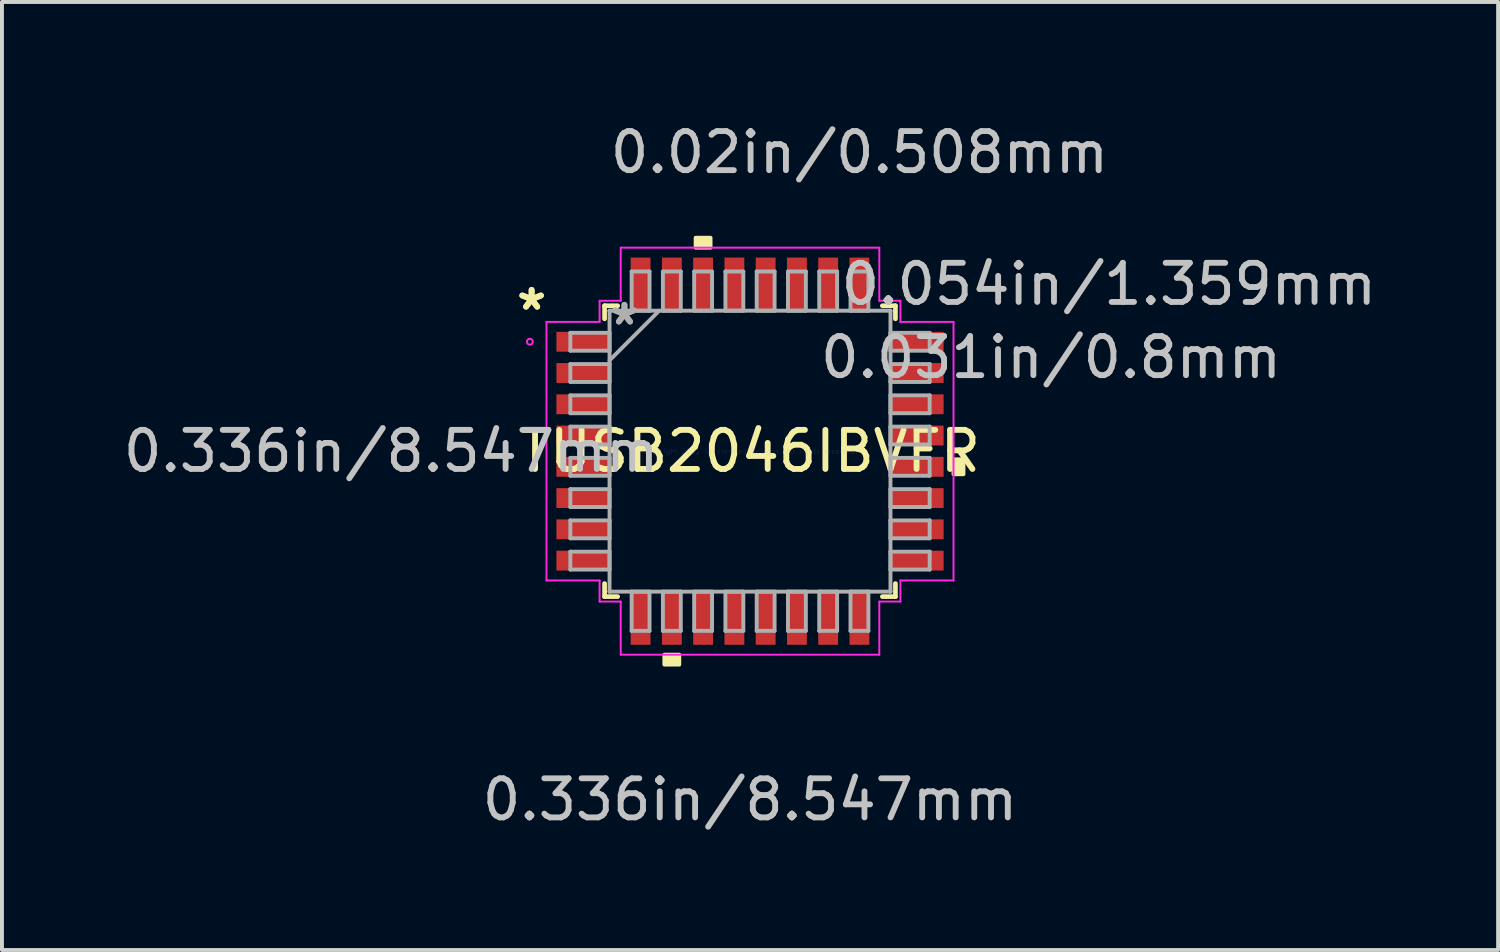
<source format=kicad_pcb>
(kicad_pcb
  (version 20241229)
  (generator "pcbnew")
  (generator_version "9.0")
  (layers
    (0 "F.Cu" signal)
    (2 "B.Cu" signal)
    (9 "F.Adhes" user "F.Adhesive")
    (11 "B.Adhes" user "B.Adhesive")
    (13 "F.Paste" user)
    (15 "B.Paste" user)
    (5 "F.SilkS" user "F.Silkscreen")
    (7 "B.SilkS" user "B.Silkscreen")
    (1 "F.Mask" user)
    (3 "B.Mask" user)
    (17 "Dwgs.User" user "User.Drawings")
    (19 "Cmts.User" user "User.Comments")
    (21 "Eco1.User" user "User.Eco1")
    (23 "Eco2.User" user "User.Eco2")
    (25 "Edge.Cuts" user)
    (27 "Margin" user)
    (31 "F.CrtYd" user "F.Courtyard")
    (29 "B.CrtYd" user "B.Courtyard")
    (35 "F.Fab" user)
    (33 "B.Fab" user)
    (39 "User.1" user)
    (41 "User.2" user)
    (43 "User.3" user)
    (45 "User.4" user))
  (footprint "TUSB2046IBVFR"
    (layer "F.Cu")
    (at 16.14 8.494)
    (property "Reference" "TUSB2046IBVFR" (at 0 0 0) (layer "F.SilkS") (effects (font (size 1 1) (thickness 0.15))))
    (attr through_hole)
    (fp_line (start -3.721 -3.721) (end -3.721 -3.387) (stroke (width 0.12) (type solid)) (layer "F.SilkS"))
    (fp_line (start -3.721 3.387) (end -3.721 3.721) (stroke (width 0.12) (type solid)) (layer "F.SilkS"))
    (fp_line (start -3.721 3.721) (end -3.387 3.721) (stroke (width 0.12) (type solid)) (layer "F.SilkS"))
    (fp_line (start -3.387 -3.721) (end -3.721 -3.721) (stroke (width 0.12) (type solid)) (layer "F.SilkS"))
    (fp_line (start 3.387 3.721) (end 3.721 3.721) (stroke (width 0.12) (type solid)) (layer "F.SilkS"))
    (fp_line (start 3.721 -3.721) (end 3.387 -3.721) (stroke (width 0.12) (type solid)) (layer "F.SilkS"))
    (fp_line (start 3.721 -3.387) (end 3.721 -3.721) (stroke (width 0.12) (type solid)) (layer "F.SilkS"))
    (fp_line (start 3.721 3.721) (end 3.721 3.387) (stroke (width 0.12) (type solid)) (layer "F.SilkS"))
    (fp_poly (pts (xy -2.191 5.207) (xy -2.191 5.461) (xy -1.81 5.461) (xy -1.81 5.207)) (stroke (width 0.1) (type solid)) (fill yes) (layer "F.SilkS"))
    (fp_poly (pts (xy -1.391 -5.207) (xy -1.391 -5.461) (xy -1.01 -5.461) (xy -1.01 -5.207)) (stroke (width 0.1) (type solid)) (fill yes) (layer "F.SilkS"))
    (fp_poly (pts (xy 5.461 0.209) (xy 5.461 0.59) (xy 5.207 0.59) (xy 5.207 0.209)) (stroke (width 0.1) (type solid)) (fill yes) (layer "F.SilkS"))
    (fp_line (start -5.207 -3.308) (end -3.848 -3.308) (stroke (width 0.05) (type solid)) (layer "F.CrtYd"))
    (fp_line (start -5.207 3.308) (end -5.207 -3.308) (stroke (width 0.05) (type solid)) (layer "F.CrtYd"))
    (fp_line (start -3.848 -3.848) (end -3.308 -3.848) (stroke (width 0.05) (type solid)) (layer "F.CrtYd"))
    (fp_line (start -3.848 -3.308) (end -3.848 -3.848) (stroke (width 0.05) (type solid)) (layer "F.CrtYd"))
    (fp_line (start -3.848 3.308) (end -5.207 3.308) (stroke (width 0.05) (type solid)) (layer "F.CrtYd"))
    (fp_line (start -3.848 3.848) (end -3.848 3.308) (stroke (width 0.05) (type solid)) (layer "F.CrtYd"))
    (fp_line (start -3.308 -5.207) (end 3.308 -5.207) (stroke (width 0.05) (type solid)) (layer "F.CrtYd"))
    (fp_line (start -3.308 -3.848) (end -3.308 -5.207) (stroke (width 0.05) (type solid)) (layer "F.CrtYd"))
    (fp_line (start -3.308 3.848) (end -3.848 3.848) (stroke (width 0.05) (type solid)) (layer "F.CrtYd"))
    (fp_line (start -3.308 5.207) (end -3.308 3.848) (stroke (width 0.05) (type solid)) (layer "F.CrtYd"))
    (fp_line (start 3.308 -5.207) (end 3.308 -3.848) (stroke (width 0.05) (type solid)) (layer "F.CrtYd"))
    (fp_line (start 3.308 -3.848) (end 3.848 -3.848) (stroke (width 0.05) (type solid)) (layer "F.CrtYd"))
    (fp_line (start 3.308 3.848) (end 3.308 5.207) (stroke (width 0.05) (type solid)) (layer "F.CrtYd"))
    (fp_line (start 3.308 5.207) (end -3.308 5.207) (stroke (width 0.05) (type solid)) (layer "F.CrtYd"))
    (fp_line (start 3.848 -3.848) (end 3.848 -3.308) (stroke (width 0.05) (type solid)) (layer "F.CrtYd"))
    (fp_line (start 3.848 -3.308) (end 5.207 -3.308) (stroke (width 0.05) (type solid)) (layer "F.CrtYd"))
    (fp_line (start 3.848 3.308) (end 3.848 3.848) (stroke (width 0.05) (type solid)) (layer "F.CrtYd"))
    (fp_line (start 3.848 3.848) (end 3.308 3.848) (stroke (width 0.05) (type solid)) (layer "F.CrtYd"))
    (fp_line (start 5.207 -3.308) (end 5.207 3.308) (stroke (width 0.05) (type solid)) (layer "F.CrtYd"))
    (fp_line (start 5.207 3.308) (end 3.848 3.308) (stroke (width 0.05) (type solid)) (layer "F.CrtYd"))
    (fp_circle (center -5.632 -2.8) (end -5.556 -2.8) (stroke (width 0.05) (type solid)) (fill no) (layer "F.CrtYd"))
    (fp_line (start -4.597 -3.029) (end -4.597 -2.571) (stroke (width 0.1) (type solid)) (layer "F.Fab"))
    (fp_line (start -4.597 -2.571) (end -3.594 -2.571) (stroke (width 0.1) (type solid)) (layer "F.Fab"))
    (fp_line (start -4.597 -2.229) (end -4.597 -1.771) (stroke (width 0.1) (type solid)) (layer "F.Fab"))
    (fp_line (start -4.597 -1.771) (end -3.594 -1.771) (stroke (width 0.1) (type solid)) (layer "F.Fab"))
    (fp_line (start -4.597 -1.429) (end -4.597 -0.971) (stroke (width 0.1) (type solid)) (layer "F.Fab"))
    (fp_line (start -4.597 -0.971) (end -3.594 -0.971) (stroke (width 0.1) (type solid)) (layer "F.Fab"))
    (fp_line (start -4.597 -0.629) (end -4.597 -0.171) (stroke (width 0.1) (type solid)) (layer "F.Fab"))
    (fp_line (start -4.597 -0.171) (end -3.594 -0.171) (stroke (width 0.1) (type solid)) (layer "F.Fab"))
    (fp_line (start -4.597 0.171) (end -4.597 0.629) (stroke (width 0.1) (type solid)) (layer "F.Fab"))
    (fp_line (start -4.597 0.629) (end -3.594 0.629) (stroke (width 0.1) (type solid)) (layer "F.Fab"))
    (fp_line (start -4.597 0.971) (end -4.597 1.429) (stroke (width 0.1) (type solid)) (layer "F.Fab"))
    (fp_line (start -4.597 1.429) (end -3.594 1.429) (stroke (width 0.1) (type solid)) (layer "F.Fab"))
    (fp_line (start -4.597 1.771) (end -4.597 2.229) (stroke (width 0.1) (type solid)) (layer "F.Fab"))
    (fp_line (start -4.597 2.229) (end -3.594 2.229) (stroke (width 0.1) (type solid)) (layer "F.Fab"))
    (fp_line (start -4.597 2.571) (end -4.597 3.029) (stroke (width 0.1) (type solid)) (layer "F.Fab"))
    (fp_line (start -4.597 3.029) (end -3.594 3.029) (stroke (width 0.1) (type solid)) (layer "F.Fab"))
    (fp_line (start -3.594 -3.594) (end -3.594 -3.594) (stroke (width 0.1) (type solid)) (layer "F.Fab"))
    (fp_line (start -3.594 -3.594) (end -3.594 3.594) (stroke (width 0.1) (type solid)) (layer "F.Fab"))
    (fp_line (start -3.594 -3.029) (end -4.597 -3.029) (stroke (width 0.1) (type solid)) (layer "F.Fab"))
    (fp_line (start -3.594 -2.571) (end -3.594 -3.029) (stroke (width 0.1) (type solid)) (layer "F.Fab"))
    (fp_line (start -3.594 -2.324) (end -2.324 -3.594) (stroke (width 0.1) (type solid)) (layer "F.Fab"))
    (fp_line (start -3.594 -2.229) (end -4.597 -2.229) (stroke (width 0.1) (type solid)) (layer "F.Fab"))
    (fp_line (start -3.594 -1.771) (end -3.594 -2.229) (stroke (width 0.1) (type solid)) (layer "F.Fab"))
    (fp_line (start -3.594 -1.429) (end -4.597 -1.429) (stroke (width 0.1) (type solid)) (layer "F.Fab"))
    (fp_line (start -3.594 -0.971) (end -3.594 -1.429) (stroke (width 0.1) (type solid)) (layer "F.Fab"))
    (fp_line (start -3.594 -0.629) (end -4.597 -0.629) (stroke (width 0.1) (type solid)) (layer "F.Fab"))
    (fp_line (start -3.594 -0.171) (end -3.594 -0.629) (stroke (width 0.1) (type solid)) (layer "F.Fab"))
    (fp_line (start -3.594 0.171) (end -4.597 0.171) (stroke (width 0.1) (type solid)) (layer "F.Fab"))
    (fp_line (start -3.594 0.629) (end -3.594 0.171) (stroke (width 0.1) (type solid)) (layer "F.Fab"))
    (fp_line (start -3.594 0.971) (end -4.597 0.971) (stroke (width 0.1) (type solid)) (layer "F.Fab"))
    (fp_line (start -3.594 1.429) (end -3.594 0.971) (stroke (width 0.1) (type solid)) (layer "F.Fab"))
    (fp_line (start -3.594 1.771) (end -4.597 1.771) (stroke (width 0.1) (type solid)) (layer "F.Fab"))
    (fp_line (start -3.594 2.229) (end -3.594 1.771) (stroke (width 0.1) (type solid)) (layer "F.Fab"))
    (fp_line (start -3.594 2.571) (end -4.597 2.571) (stroke (width 0.1) (type solid)) (layer "F.Fab"))
    (fp_line (start -3.594 3.029) (end -3.594 2.571) (stroke (width 0.1) (type solid)) (layer "F.Fab"))
    (fp_line (start -3.594 3.594) (end -3.594 3.594) (stroke (width 0.1) (type solid)) (layer "F.Fab"))
    (fp_line (start -3.594 3.594) (end 3.594 3.594) (stroke (width 0.1) (type solid)) (layer "F.Fab"))
    (fp_line (start -3.029 -4.597) (end -3.029 -3.594) (stroke (width 0.1) (type solid)) (layer "F.Fab"))
    (fp_line (start -3.029 -3.594) (end -2.571 -3.594) (stroke (width 0.1) (type solid)) (layer "F.Fab"))
    (fp_line (start -3.029 3.594) (end -3.029 4.597) (stroke (width 0.1) (type solid)) (layer "F.Fab"))
    (fp_line (start -3.029 4.597) (end -2.571 4.597) (stroke (width 0.1) (type solid)) (layer "F.Fab"))
    (fp_line (start -2.571 -4.597) (end -3.029 -4.597) (stroke (width 0.1) (type solid)) (layer "F.Fab"))
    (fp_line (start -2.571 -3.594) (end -2.571 -4.597) (stroke (width 0.1) (type solid)) (layer "F.Fab"))
    (fp_line (start -2.571 3.594) (end -3.029 3.594) (stroke (width 0.1) (type solid)) (layer "F.Fab"))
    (fp_line (start -2.571 4.597) (end -2.571 3.594) (stroke (width 0.1) (type solid)) (layer "F.Fab"))
    (fp_line (start -2.229 -4.597) (end -2.229 -3.594) (stroke (width 0.1) (type solid)) (layer "F.Fab"))
    (fp_line (start -2.229 -3.594) (end -1.771 -3.594) (stroke (width 0.1) (type solid)) (layer "F.Fab"))
    (fp_line (start -2.229 3.594) (end -2.229 4.597) (stroke (width 0.1) (type solid)) (layer "F.Fab"))
    (fp_line (start -2.229 4.597) (end -1.771 4.597) (stroke (width 0.1) (type solid)) (layer "F.Fab"))
    (fp_line (start -1.771 -4.597) (end -2.229 -4.597) (stroke (width 0.1) (type solid)) (layer "F.Fab"))
    (fp_line (start -1.771 -3.594) (end -1.771 -4.597) (stroke (width 0.1) (type solid)) (layer "F.Fab"))
    (fp_line (start -1.771 3.594) (end -2.229 3.594) (stroke (width 0.1) (type solid)) (layer "F.Fab"))
    (fp_line (start -1.771 4.597) (end -1.771 3.594) (stroke (width 0.1) (type solid)) (layer "F.Fab"))
    (fp_line (start -1.429 -4.597) (end -1.429 -3.594) (stroke (width 0.1) (type solid)) (layer "F.Fab"))
    (fp_line (start -1.429 -3.594) (end -0.971 -3.594) (stroke (width 0.1) (type solid)) (layer "F.Fab"))
    (fp_line (start -1.429 3.594) (end -1.429 4.597) (stroke (width 0.1) (type solid)) (layer "F.Fab"))
    (fp_line (start -1.429 4.597) (end -0.971 4.597) (stroke (width 0.1) (type solid)) (layer "F.Fab"))
    (fp_line (start -0.971 -4.597) (end -1.429 -4.597) (stroke (width 0.1) (type solid)) (layer "F.Fab"))
    (fp_line (start -0.971 -3.594) (end -0.971 -4.597) (stroke (width 0.1) (type solid)) (layer "F.Fab"))
    (fp_line (start -0.971 3.594) (end -1.429 3.594) (stroke (width 0.1) (type solid)) (layer "F.Fab"))
    (fp_line (start -0.971 4.597) (end -0.971 3.594) (stroke (width 0.1) (type solid)) (layer "F.Fab"))
    (fp_line (start -0.629 -4.597) (end -0.629 -3.594) (stroke (width 0.1) (type solid)) (layer "F.Fab"))
    (fp_line (start -0.629 -3.594) (end -0.171 -3.594) (stroke (width 0.1) (type solid)) (layer "F.Fab"))
    (fp_line (start -0.629 3.594) (end -0.629 4.597) (stroke (width 0.1) (type solid)) (layer "F.Fab"))
    (fp_line (start -0.629 4.597) (end -0.171 4.597) (stroke (width 0.1) (type solid)) (layer "F.Fab"))
    (fp_line (start -0.171 -4.597) (end -0.629 -4.597) (stroke (width 0.1) (type solid)) (layer "F.Fab"))
    (fp_line (start -0.171 -3.594) (end -0.171 -4.597) (stroke (width 0.1) (type solid)) (layer "F.Fab"))
    (fp_line (start -0.171 3.594) (end -0.629 3.594) (stroke (width 0.1) (type solid)) (layer "F.Fab"))
    (fp_line (start -0.171 4.597) (end -0.171 3.594) (stroke (width 0.1) (type solid)) (layer "F.Fab"))
    (fp_line (start 0.171 -4.597) (end 0.171 -3.594) (stroke (width 0.1) (type solid)) (layer "F.Fab"))
    (fp_line (start 0.171 -3.594) (end 0.629 -3.594) (stroke (width 0.1) (type solid)) (layer "F.Fab"))
    (fp_line (start 0.171 3.594) (end 0.171 4.597) (stroke (width 0.1) (type solid)) (layer "F.Fab"))
    (fp_line (start 0.171 4.597) (end 0.629 4.597) (stroke (width 0.1) (type solid)) (layer "F.Fab"))
    (fp_line (start 0.629 -4.597) (end 0.171 -4.597) (stroke (width 0.1) (type solid)) (layer "F.Fab"))
    (fp_line (start 0.629 -3.594) (end 0.629 -4.597) (stroke (width 0.1) (type solid)) (layer "F.Fab"))
    (fp_line (start 0.629 3.594) (end 0.171 3.594) (stroke (width 0.1) (type solid)) (layer "F.Fab"))
    (fp_line (start 0.629 4.597) (end 0.629 3.594) (stroke (width 0.1) (type solid)) (layer "F.Fab"))
    (fp_line (start 0.971 -4.597) (end 0.971 -3.594) (stroke (width 0.1) (type solid)) (layer "F.Fab"))
    (fp_line (start 0.971 -3.594) (end 1.429 -3.594) (stroke (width 0.1) (type solid)) (layer "F.Fab"))
    (fp_line (start 0.971 3.594) (end 0.971 4.597) (stroke (width 0.1) (type solid)) (layer "F.Fab"))
    (fp_line (start 0.971 4.597) (end 1.429 4.597) (stroke (width 0.1) (type solid)) (layer "F.Fab"))
    (fp_line (start 1.429 -4.597) (end 0.971 -4.597) (stroke (width 0.1) (type solid)) (layer "F.Fab"))
    (fp_line (start 1.429 -3.594) (end 1.429 -4.597) (stroke (width 0.1) (type solid)) (layer "F.Fab"))
    (fp_line (start 1.429 3.594) (end 0.971 3.594) (stroke (width 0.1) (type solid)) (layer "F.Fab"))
    (fp_line (start 1.429 4.597) (end 1.429 3.594) (stroke (width 0.1) (type solid)) (layer "F.Fab"))
    (fp_line (start 1.771 -4.597) (end 1.771 -3.594) (stroke (width 0.1) (type solid)) (layer "F.Fab"))
    (fp_line (start 1.771 -3.594) (end 2.229 -3.594) (stroke (width 0.1) (type solid)) (layer "F.Fab"))
    (fp_line (start 1.771 3.594) (end 1.771 4.597) (stroke (width 0.1) (type solid)) (layer "F.Fab"))
    (fp_line (start 1.771 4.597) (end 2.229 4.597) (stroke (width 0.1) (type solid)) (layer "F.Fab"))
    (fp_line (start 2.229 -4.597) (end 1.771 -4.597) (stroke (width 0.1) (type solid)) (layer "F.Fab"))
    (fp_line (start 2.229 -3.594) (end 2.229 -4.597) (stroke (width 0.1) (type solid)) (layer "F.Fab"))
    (fp_line (start 2.229 3.594) (end 1.771 3.594) (stroke (width 0.1) (type solid)) (layer "F.Fab"))
    (fp_line (start 2.229 4.597) (end 2.229 3.594) (stroke (width 0.1) (type solid)) (layer "F.Fab"))
    (fp_line (start 2.571 -4.597) (end 2.571 -3.594) (stroke (width 0.1) (type solid)) (layer "F.Fab"))
    (fp_line (start 2.571 -3.594) (end 3.029 -3.594) (stroke (width 0.1) (type solid)) (layer "F.Fab"))
    (fp_line (start 2.571 3.594) (end 2.571 4.597) (stroke (width 0.1) (type solid)) (layer "F.Fab"))
    (fp_line (start 2.571 4.597) (end 3.029 4.597) (stroke (width 0.1) (type solid)) (layer "F.Fab"))
    (fp_line (start 3.029 -4.597) (end 2.571 -4.597) (stroke (width 0.1) (type solid)) (layer "F.Fab"))
    (fp_line (start 3.029 -3.594) (end 3.029 -4.597) (stroke (width 0.1) (type solid)) (layer "F.Fab"))
    (fp_line (start 3.029 3.594) (end 2.571 3.594) (stroke (width 0.1) (type solid)) (layer "F.Fab"))
    (fp_line (start 3.029 4.597) (end 3.029 3.594) (stroke (width 0.1) (type solid)) (layer "F.Fab"))
    (fp_line (start 3.594 -3.594) (end -3.594 -3.594) (stroke (width 0.1) (type solid)) (layer "F.Fab"))
    (fp_line (start 3.594 -3.594) (end 3.594 -3.594) (stroke (width 0.1) (type solid)) (layer "F.Fab"))
    (fp_line (start 3.594 -3.029) (end 3.594 -2.571) (stroke (width 0.1) (type solid)) (layer "F.Fab"))
    (fp_line (start 3.594 -2.571) (end 4.597 -2.571) (stroke (width 0.1) (type solid)) (layer "F.Fab"))
    (fp_line (start 3.594 -2.229) (end 3.594 -1.771) (stroke (width 0.1) (type solid)) (layer "F.Fab"))
    (fp_line (start 3.594 -1.771) (end 4.597 -1.771) (stroke (width 0.1) (type solid)) (layer "F.Fab"))
    (fp_line (start 3.594 -1.429) (end 3.594 -0.971) (stroke (width 0.1) (type solid)) (layer "F.Fab"))
    (fp_line (start 3.594 -0.971) (end 4.597 -0.971) (stroke (width 0.1) (type solid)) (layer "F.Fab"))
    (fp_line (start 3.594 -0.629) (end 3.594 -0.171) (stroke (width 0.1) (type solid)) (layer "F.Fab"))
    (fp_line (start 3.594 -0.171) (end 4.597 -0.171) (stroke (width 0.1) (type solid)) (layer "F.Fab"))
    (fp_line (start 3.594 0.171) (end 3.594 0.629) (stroke (width 0.1) (type solid)) (layer "F.Fab"))
    (fp_line (start 3.594 0.629) (end 4.597 0.629) (stroke (width 0.1) (type solid)) (layer "F.Fab"))
    (fp_line (start 3.594 0.971) (end 3.594 1.429) (stroke (width 0.1) (type solid)) (layer "F.Fab"))
    (fp_line (start 3.594 1.429) (end 4.597 1.429) (stroke (width 0.1) (type solid)) (layer "F.Fab"))
    (fp_line (start 3.594 1.771) (end 3.594 2.229) (stroke (width 0.1) (type solid)) (layer "F.Fab"))
    (fp_line (start 3.594 2.229) (end 4.597 2.229) (stroke (width 0.1) (type solid)) (layer "F.Fab"))
    (fp_line (start 3.594 2.571) (end 3.594 3.029) (stroke (width 0.1) (type solid)) (layer "F.Fab"))
    (fp_line (start 3.594 3.029) (end 4.597 3.029) (stroke (width 0.1) (type solid)) (layer "F.Fab"))
    (fp_line (start 3.594 3.594) (end 3.594 -3.594) (stroke (width 0.1) (type solid)) (layer "F.Fab"))
    (fp_line (start 3.594 3.594) (end 3.594 3.594) (stroke (width 0.1) (type solid)) (layer "F.Fab"))
    (fp_line (start 4.597 -3.029) (end 3.594 -3.029) (stroke (width 0.1) (type solid)) (layer "F.Fab"))
    (fp_line (start 4.597 -2.571) (end 4.597 -3.029) (stroke (width 0.1) (type solid)) (layer "F.Fab"))
    (fp_line (start 4.597 -2.229) (end 3.594 -2.229) (stroke (width 0.1) (type solid)) (layer "F.Fab"))
    (fp_line (start 4.597 -1.771) (end 4.597 -2.229) (stroke (width 0.1) (type solid)) (layer "F.Fab"))
    (fp_line (start 4.597 -1.429) (end 3.594 -1.429) (stroke (width 0.1) (type solid)) (layer "F.Fab"))
    (fp_line (start 4.597 -0.971) (end 4.597 -1.429) (stroke (width 0.1) (type solid)) (layer "F.Fab"))
    (fp_line (start 4.597 -0.629) (end 3.594 -0.629) (stroke (width 0.1) (type solid)) (layer "F.Fab"))
    (fp_line (start 4.597 -0.171) (end 4.597 -0.629) (stroke (width 0.1) (type solid)) (layer "F.Fab"))
    (fp_line (start 4.597 0.171) (end 3.594 0.171) (stroke (width 0.1) (type solid)) (layer "F.Fab"))
    (fp_line (start 4.597 0.629) (end 4.597 0.171) (stroke (width 0.1) (type solid)) (layer "F.Fab"))
    (fp_line (start 4.597 0.971) (end 3.594 0.971) (stroke (width 0.1) (type solid)) (layer "F.Fab"))
    (fp_line (start 4.597 1.429) (end 4.597 0.971) (stroke (width 0.1) (type solid)) (layer "F.Fab"))
    (fp_line (start 4.597 1.771) (end 3.594 1.771) (stroke (width 0.1) (type solid)) (layer "F.Fab"))
    (fp_line (start 4.597 2.229) (end 4.597 1.771) (stroke (width 0.1) (type solid)) (layer "F.Fab"))
    (fp_line (start 4.597 2.571) (end 3.594 2.571) (stroke (width 0.1) (type solid)) (layer "F.Fab"))
    (fp_line (start 4.597 3.029) (end 4.597 2.571) (stroke (width 0.1) (type solid)) (layer "F.Fab"))
    (fp_text user "*" (at -5.588 -3.581 0) (layer "F.SilkS") (effects (font (size 1 1) (thickness 0.15))))
    (fp_text user "*" (at -5.588 -3.581 0) (layer "F.SilkS") (effects (font (size 1 1) (thickness 0.15))))
    (fp_text user "0.336in/8.547mm" (at 0 8.915 0) (layer "Dwgs.User") (effects (font (size 1 1) (thickness 0.15))))
    (fp_text user "0.02in/0.508mm" (at 2.8 -7.645 0) (layer "Dwgs.User") (effects (font (size 1 1) (thickness 0.15))))
    (fp_text user "0.031in/0.8mm" (at 7.703 -2.4 0) (layer "Dwgs.User") (effects (font (size 1 1) (thickness 0.15))))
    (fp_text user "0.054in/1.359mm" (at 9.182 -4.274 0) (layer "Dwgs.User") (effects (font (size 1 1) (thickness 0.15))))
    (fp_text user "0.336in/8.547mm" (at -9.182 0 0) (layer "Dwgs.User") (effects (font (size 1 1) (thickness 0.15))))
    (fp_text user "Copyright 2021 Accelerated Designs. All rights reserved." (at 0 0 0) (layer "Cmts.User") (effects (font (size 0.127 0.127) (thickness 0.002))))
    (fp_text user "*" (at -3.213 -3.2 0) (layer "F.Fab") (effects (font (size 1 1) (thickness 0.15))))
    (fp_text user "*" (at -3.213 -3.2 0) (layer "F.Fab") (effects (font (size 1 1) (thickness 0.15))))
    (pad "1" smd rect (at -4.274 -2.8 90) (size 0.508 1.359) (layers "F.Cu" "F.Mask" "F.Paste"))
    (pad "2" smd rect (at -4.274 -2 90) (size 0.508 1.359) (layers "F.Cu" "F.Mask" "F.Paste"))
    (pad "3" smd rect (at -4.274 -1.2 90) (size 0.508 1.359) (layers "F.Cu" "F.Mask" "F.Paste"))
    (pad "4" smd rect (at -4.274 -0.4 90) (size 0.508 1.359) (layers "F.Cu" "F.Mask" "F.Paste"))
    (pad "5" smd rect (at -4.274 0.4 90) (size 0.508 1.359) (layers "F.Cu" "F.Mask" "F.Paste"))
    (pad "6" smd rect (at -4.274 1.2 90) (size 0.508 1.359) (layers "F.Cu" "F.Mask" "F.Paste"))
    (pad "7" smd rect (at -4.274 2 90) (size 0.508 1.359) (layers "F.Cu" "F.Mask" "F.Paste"))
    (pad "8" smd rect (at -4.274 2.8 90) (size 0.508 1.359) (layers "F.Cu" "F.Mask" "F.Paste"))
    (pad "9" smd rect (at -2.8 4.274) (size 0.508 1.359) (layers "F.Cu" "F.Mask" "F.Paste"))
    (pad "10" smd rect (at -2 4.274) (size 0.508 1.359) (layers "F.Cu" "F.Mask" "F.Paste"))
    (pad "11" smd rect (at -1.2 4.274) (size 0.508 1.359) (layers "F.Cu" "F.Mask" "F.Paste"))
    (pad "12" smd rect (at -0.4 4.274) (size 0.508 1.359) (layers "F.Cu" "F.Mask" "F.Paste"))
    (pad "13" smd rect (at 0.4 4.274) (size 0.508 1.359) (layers "F.Cu" "F.Mask" "F.Paste"))
    (pad "14" smd rect (at 1.2 4.274) (size 0.508 1.359) (layers "F.Cu" "F.Mask" "F.Paste"))
    (pad "15" smd rect (at 2 4.274) (size 0.508 1.359) (layers "F.Cu" "F.Mask" "F.Paste"))
    (pad "16" smd rect (at 2.8 4.274) (size 0.508 1.359) (layers "F.Cu" "F.Mask" "F.Paste"))
    (pad "17" smd rect (at 4.274 2.8 90) (size 0.508 1.359) (layers "F.Cu" "F.Mask" "F.Paste"))
    (pad "18" smd rect (at 4.274 2 90) (size 0.508 1.359) (layers "F.Cu" "F.Mask" "F.Paste"))
    (pad "19" smd rect (at 4.274 1.2 90) (size 0.508 1.359) (layers "F.Cu" "F.Mask" "F.Paste"))
    (pad "20" smd rect (at 4.274 0.4 90) (size 0.508 1.359) (layers "F.Cu" "F.Mask" "F.Paste"))
    (pad "21" smd rect (at 4.274 -0.4 90) (size 0.508 1.359) (layers "F.Cu" "F.Mask" "F.Paste"))
    (pad "22" smd rect (at 4.274 -1.2 90) (size 0.508 1.359) (layers "F.Cu" "F.Mask" "F.Paste"))
    (pad "23" smd rect (at 4.274 -2 90) (size 0.508 1.359) (layers "F.Cu" "F.Mask" "F.Paste"))
    (pad "24" smd rect (at 4.274 -2.8 90) (size 0.508 1.359) (layers "F.Cu" "F.Mask" "F.Paste"))
    (pad "25" smd rect (at 2.8 -4.274) (size 0.508 1.359) (layers "F.Cu" "F.Mask" "F.Paste"))
    (pad "26" smd rect (at 2 -4.274) (size 0.508 1.359) (layers "F.Cu" "F.Mask" "F.Paste"))
    (pad "27" smd rect (at 1.2 -4.274) (size 0.508 1.359) (layers "F.Cu" "F.Mask" "F.Paste"))
    (pad "28" smd rect (at 0.4 -4.274) (size 0.508 1.359) (layers "F.Cu" "F.Mask" "F.Paste"))
    (pad "29" smd rect (at -0.4 -4.274) (size 0.508 1.359) (layers "F.Cu" "F.Mask" "F.Paste"))
    (pad "30" smd rect (at -1.2 -4.274) (size 0.508 1.359) (layers "F.Cu" "F.Mask" "F.Paste"))
    (pad "31" smd rect (at -2 -4.274) (size 0.508 1.359) (layers "F.Cu" "F.Mask" "F.Paste"))
    (pad "32" smd rect (at -2.8 -4.274) (size 0.508 1.359) (layers "F.Cu" "F.Mask" "F.Paste")))
  (gr_rect
    (start -3 -3)
    (end 35.281 21.257)
    (stroke (width 0.1) (type default))
    (fill no)
    (layer "Edge.Cuts")))
</source>
